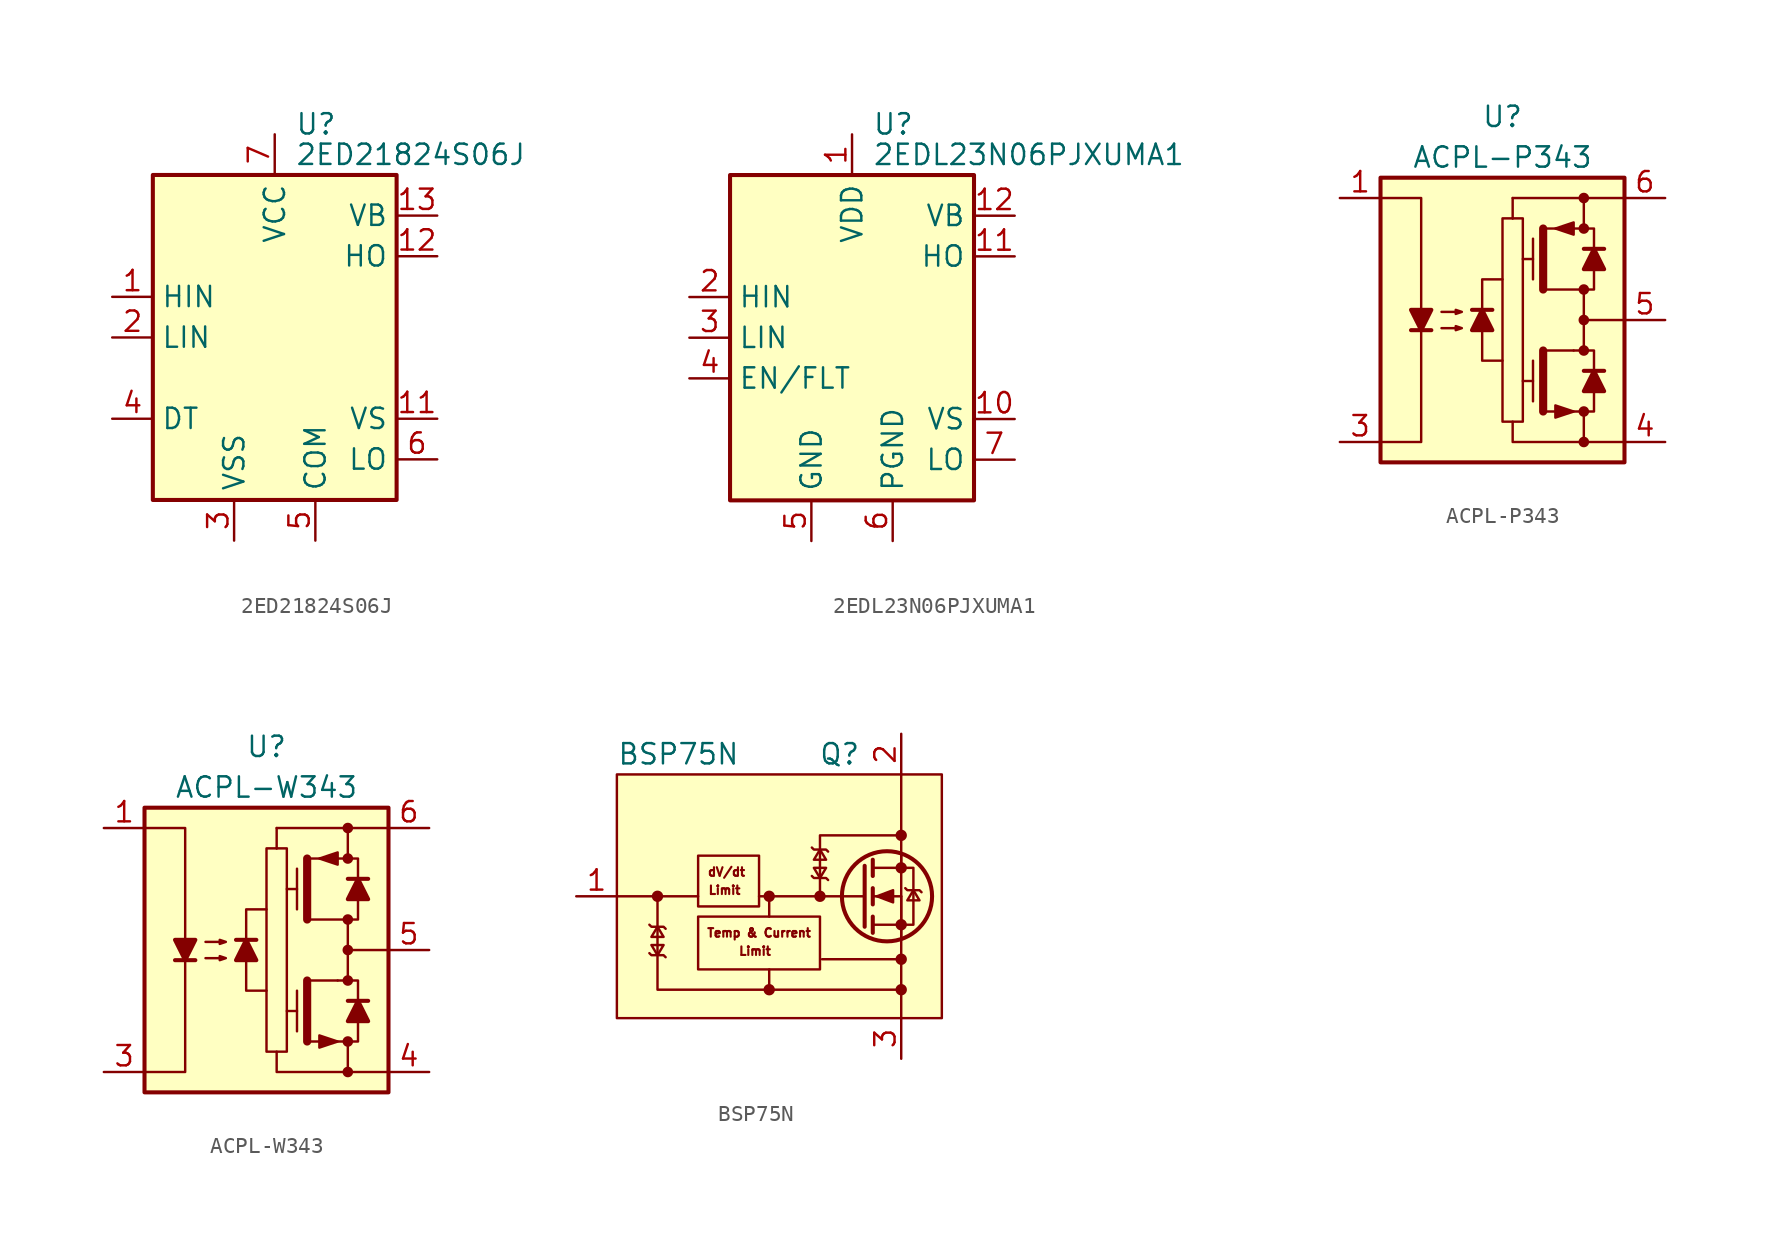
<source format=kicad_sym>
(kicad_symbol_lib
  (version 20200908)
  (generator kicad_symbol_editor)
  (symbol "Driver_FET:2ED21824S06J"
    (property "Reference" "U"
      (at 1.27 13.335 0)
      (effects (font (size 1.27 1.27)) (justify left)))
    (property "Value" "2ED21824S06J"
      (at 1.27 11.43 0)
      (effects (font (size 1.27 1.27)) (justify left)))
    (symbol "2ED21824S06J_0_1"
      (rectangle (start -7.62 -10.16) (end 7.62 10.16) (stroke (width 0.254)) (fill (type background))))
    (symbol "2ED21824S06J_1_1"
      (pin input line (at -10.16 2.54 0) (length 2.54) (name "HIN" (effects (font (size 1.27 1.27)))) (number "1" (effects (font (size 1.27 1.27)))))
      (pin unconnected line (at 7.62 -2.54 180) (length 2.54) hide (name "NC" (effects (font (size 1.27 1.27)))) (number "10" (effects (font (size 1.27 1.27)))))
      (pin passive line (at 10.16 -5.08 180) (length 2.54) (name "VS" (effects (font (size 1.27 1.27)))) (number "11" (effects (font (size 1.27 1.27)))))
      (pin output line (at 10.16 5.08 180) (length 2.54) (name "HO" (effects (font (size 1.27 1.27)))) (number "12" (effects (font (size 1.27 1.27)))))
      (pin passive line (at 10.16 7.62 180) (length 2.54) (name "VB" (effects (font (size 1.27 1.27)))) (number "13" (effects (font (size 1.27 1.27)))))
      (pin unconnected line (at 7.62 2.54 180) (length 2.54) hide (name "NC" (effects (font (size 1.27 1.27)))) (number "14" (effects (font (size 1.27 1.27)))))
      (pin input line (at -10.16 0 0) (length 2.54) (name "LIN" (effects (font (size 1.27 1.27)))) (number "2" (effects (font (size 1.27 1.27)))))
      (pin power_in line (at -2.54 -12.7 90) (length 2.54) (name "VSS" (effects (font (size 1.27 1.27)))) (number "3" (effects (font (size 1.27 1.27)))))
      (pin passive line (at -10.16 -5.08 0) (length 2.54) (name "DT" (effects (font (size 1.27 1.27)))) (number "4" (effects (font (size 1.27 1.27)))))
      (pin power_in line (at 2.54 -12.7 90) (length 2.54) (name "COM" (effects (font (size 1.27 1.27)))) (number "5" (effects (font (size 1.27 1.27)))))
      (pin output line (at 10.16 -7.62 180) (length 2.54) (name "LO" (effects (font (size 1.27 1.27)))) (number "6" (effects (font (size 1.27 1.27)))))
      (pin power_in line (at 0 12.7 270) (length 2.54) (name "VCC" (effects (font (size 1.27 1.27)))) (number "7" (effects (font (size 1.27 1.27)))))
      (pin unconnected line (at -7.62 5.08 0) (length 2.54) hide (name "NC" (effects (font (size 1.27 1.27)))) (number "8" (effects (font (size 1.27 1.27)))))
      (pin unconnected line (at -7.62 -2.54 0) (length 2.54) hide (name "NC" (effects (font (size 1.27 1.27)))) (number "9" (effects (font (size 1.27 1.27)))))))
  (symbol "Driver_FET:2EDL23N06PJXUMA1"
    (property "Reference" "U"
      (at 1.27 13.335 0)
      (effects (font (size 1.27 1.27)) (justify left)))
    (property "Value" "2EDL23N06PJXUMA1"
      (at 1.27 11.43 0)
      (effects (font (size 1.27 1.27)) (justify left)))
    (symbol "2EDL23N06PJXUMA1_0_1"
      (rectangle (start -7.62 -10.16) (end 7.62 10.16) (stroke (width 0.254)) (fill (type background))))
    (symbol "2EDL23N06PJXUMA1_1_1"
      (pin power_in line (at 0 12.7 270) (length 2.54) (name "VDD" (effects (font (size 1.27 1.27)))) (number "1" (effects (font (size 1.27 1.27)))))
      (pin passive line (at 10.16 -5.08 180) (length 2.54) (name "VS" (effects (font (size 1.27 1.27)))) (number "10" (effects (font (size 1.27 1.27)))))
      (pin output line (at 10.16 5.08 180) (length 2.54) (name "HO" (effects (font (size 1.27 1.27)))) (number "11" (effects (font (size 1.27 1.27)))))
      (pin passive line (at 10.16 7.62 180) (length 2.54) (name "VB" (effects (font (size 1.27 1.27)))) (number "12" (effects (font (size 1.27 1.27)))))
      (pin unconnected line (at 7.62 0 180) (length 2.54) hide (name "NC" (effects (font (size 1.27 1.27)))) (number "13" (effects (font (size 1.27 1.27)))))
      (pin unconnected line (at 7.62 2.54 180) (length 2.54) hide (name "NC" (effects (font (size 1.27 1.27)))) (number "14" (effects (font (size 1.27 1.27)))))
      (pin input line (at -10.16 2.54 0) (length 2.54) (name "HIN" (effects (font (size 1.27 1.27)))) (number "2" (effects (font (size 1.27 1.27)))))
      (pin input line (at -10.16 0 0) (length 2.54) (name "LIN" (effects (font (size 1.27 1.27)))) (number "3" (effects (font (size 1.27 1.27)))))
      (pin open_collector line (at -10.16 -2.54 0) (length 2.54) (name "EN/FLT" (effects (font (size 1.27 1.27)))) (number "4" (effects (font (size 1.27 1.27)))))
      (pin power_in line (at -2.54 -12.7 90) (length 2.54) (name "GND" (effects (font (size 1.27 1.27)))) (number "5" (effects (font (size 1.27 1.27)))))
      (pin power_in line (at 2.54 -12.7 90) (length 2.54) (name "PGND" (effects (font (size 1.27 1.27)))) (number "6" (effects (font (size 1.27 1.27)))))
      (pin output line (at 10.16 -7.62 180) (length 2.54) (name "LO" (effects (font (size 1.27 1.27)))) (number "7" (effects (font (size 1.27 1.27)))))
      (pin unconnected line (at -7.62 5.08 0) (length 2.54) hide (name "NC" (effects (font (size 1.27 1.27)))) (number "8" (effects (font (size 1.27 1.27)))))
      (pin unconnected line (at -7.62 -5.08 0) (length 2.54) hide (name "NC" (effects (font (size 1.27 1.27)))) (number "9" (effects (font (size 1.27 1.27)))))))
  (symbol "Driver_FET:ACPL-P343"
    (pin_names hide)
    (property "Reference" "U"
      (at 0 12.7 0)
      (effects (font (size 1.27 1.27))))
    (property "Value" "ACPL-P343"
      (at 0 10.16 0)
      (effects (font (size 1.27 1.27))))
    (symbol "ACPL-P343_0_1"
      (circle (center 5.08 -7.62) (radius 0.254) (stroke (width 0)) (fill (type outline)))
      (circle (center 5.08 -5.715) (radius 0.254) (stroke (width 0)) (fill (type outline)))
      (circle (center 5.08 -1.905) (radius 0.254) (stroke (width 0)) (fill (type outline)))
      (circle (center 5.08 0) (radius 0.254) (stroke (width 0)) (fill (type outline)))
      (circle (center 5.08 1.905) (radius 0.254) (stroke (width 0)) (fill (type outline)))
      (circle (center 5.08 5.715) (radius 0.254) (stroke (width 0)) (fill (type outline)))
      (circle (center 5.08 7.62) (radius 0.254) (stroke (width 0)) (fill (type outline)))
      (rectangle (start -7.62 8.89) (end 7.62 -8.89) (stroke (width 0.254)) (fill (type background)))
      (rectangle (start 0.635 6.35) (end 0.635 6.35) (stroke (width 0)) (fill (type none)))
      (rectangle (start 0.635 6.35) (end 0.635 7.62) (stroke (width 0)) (fill (type none)))
      (polyline (pts (xy -5.715 -0.635) (xy -4.445 -0.635)) (stroke (width 0.254)) (fill (type none)))
      (polyline (pts (xy -0.635 0.635) (xy -1.905 0.635)) (stroke (width 0.254)) (fill (type none)))
      (polyline (pts (xy 1.27 -3.81) (xy 1.905 -3.81)) (stroke (width 0)) (fill (type none)))
      (polyline (pts (xy 1.27 3.81) (xy 1.905 3.81)) (stroke (width 0)) (fill (type none)))
      (polyline (pts (xy 1.905 -5.08) (xy 1.905 -2.54)) (stroke (width 0)) (fill (type none)))
      (polyline (pts (xy 1.905 2.54) (xy 1.905 5.08)) (stroke (width 0)) (fill (type none)))
      (polyline (pts (xy 2.54 -5.715) (xy 2.54 -1.905)) (stroke (width 0.508)) (fill (type none)))
      (polyline (pts (xy 2.54 1.905) (xy 2.54 5.715)) (stroke (width 0.508)) (fill (type none)))
      (polyline (pts (xy 4.445 -1.905) (xy 2.54 -1.905)) (stroke (width 0)) (fill (type none)))
      (polyline (pts (xy 4.445 5.715) (xy 2.54 5.715)) (stroke (width 0)) (fill (type none)))
      (polyline (pts (xy 5.08 -5.715) (xy 5.08 -7.62)) (stroke (width 0)) (fill (type none)))
      (polyline (pts (xy 5.08 0) (xy 7.62 0)) (stroke (width 0)) (fill (type none)))
      (polyline (pts (xy 5.08 1.905) (xy 5.08 -1.905)) (stroke (width 0)) (fill (type none)))
      (polyline (pts (xy 5.08 7.62) (xy 5.08 5.715)) (stroke (width 0)) (fill (type none)))
      (polyline (pts (xy 6.35 -3.175) (xy 5.08 -3.175)) (stroke (width 0.254)) (fill (type none)))
      (polyline (pts (xy 6.35 4.445) (xy 5.08 4.445)) (stroke (width 0.254)) (fill (type none)))
      (polyline (pts (xy 7.62 7.62) (xy 0.635 7.62)) (stroke (width 0)) (fill (type none)))
      (polyline (pts (xy -1.27 -0.635) (xy -1.27 -2.54) (xy 0 -2.54)) (stroke (width 0)) (fill (type none)))
      (polyline (pts (xy -1.27 0.635) (xy -1.27 2.54) (xy 0 2.54)) (stroke (width 0)) (fill (type none)))
      (polyline (pts (xy 0.635 -6.35) (xy 0.635 -7.62) (xy 7.62 -7.62)) (stroke (width 0)) (fill (type none)))
      (polyline (pts (xy 4.445 -1.905) (xy 5.715 -1.905) (xy 5.715 -3.175)) (stroke (width 0)) (fill (type none)))
      (polyline (pts (xy 4.445 5.715) (xy 5.715 5.715) (xy 5.715 4.445)) (stroke (width 0)) (fill (type none)))
      (polyline (pts (xy 5.715 -4.445) (xy 5.715 -5.715) (xy 2.54 -5.715)) (stroke (width 0)) (fill (type none)))
      (polyline (pts (xy 5.715 3.175) (xy 5.715 1.905) (xy 2.54 1.905)) (stroke (width 0)) (fill (type none)))
      (polyline (pts (xy -7.62 7.62) (xy -5.08 7.62) (xy -5.08 -7.62) (xy -7.62 -7.62)) (stroke (width 0)) (fill (type none)))
      (polyline (pts (xy -5.08 -0.635) (xy -5.715 0.635) (xy -4.445 0.635) (xy -5.08 -0.635)) (stroke (width 0.254)) (fill (type outline)))
      (polyline (pts (xy -1.27 0.635) (xy -0.635 -0.635) (xy -1.905 -0.635) (xy -1.27 0.635)) (stroke (width 0.254)) (fill (type outline)))
      (polyline (pts (xy 3.302 5.715) (xy 4.445 6.096) (xy 4.445 5.334) (xy 3.302 5.715)) (stroke (width 0)) (fill (type outline)))
      (polyline (pts (xy 4.445 -5.715) (xy 3.302 -5.334) (xy 3.302 -6.096) (xy 4.445 -5.715)) (stroke (width 0)) (fill (type outline)))
      (polyline (pts (xy 5.715 -3.175) (xy 6.35 -4.445) (xy 5.08 -4.445) (xy 5.715 -3.175)) (stroke (width 0.254)) (fill (type outline)))
      (polyline (pts (xy 5.715 4.445) (xy 6.35 3.175) (xy 5.08 3.175) (xy 5.715 4.445)) (stroke (width 0.254)) (fill (type outline)))
      (polyline (pts (xy -3.81 -0.508) (xy -2.54 -0.508) (xy -2.921 -0.635) (xy -2.921 -0.381) (xy -2.54 -0.508)) (stroke (width 0)) (fill (type none)))
      (polyline (pts (xy -3.81 0.508) (xy -2.54 0.508) (xy -2.921 0.381) (xy -2.921 0.635) (xy -2.54 0.508)) (stroke (width 0)) (fill (type none)))
      (polyline (pts (xy 1.27 6.35) (xy 1.27 -6.35) (xy 0 -6.35) (xy 0 6.35) (xy 1.27 6.35)) (stroke (width 0)) (fill (type none))))
    (symbol "ACPL-P343_1_1"
      (pin passive line (at -10.16 7.62 0) (length 2.54) (name "A" (effects (font (size 1.27 1.27)))) (number "1" (effects (font (size 1.27 1.27)))))
      (pin unconnected line (at -7.62 0 0) (length 2.54) hide (name "NC" (effects (font (size 1.27 1.27)))) (number "2" (effects (font (size 1.27 1.27)))))
      (pin passive line (at -10.16 -7.62 0) (length 2.54) (name "C" (effects (font (size 1.27 1.27)))) (number "3" (effects (font (size 1.27 1.27)))))
      (pin power_in line (at 10.16 -7.62 180) (length 2.54) (name "VEE" (effects (font (size 1.27 1.27)))) (number "4" (effects (font (size 1.27 1.27)))))
      (pin output line (at 10.16 0 180) (length 2.54) (name "VO" (effects (font (size 1.27 1.27)))) (number "5" (effects (font (size 1.27 1.27)))))
      (pin power_in line (at 10.16 7.62 180) (length 2.54) (name "VCC" (effects (font (size 1.27 1.27)))) (number "6" (effects (font (size 1.27 1.27)))))))
  (symbol "Driver_FET:ACPL-W343"
    (pin_names hide)
    (property "Reference" "U"
      (at 0 12.7 0)
      (effects (font (size 1.27 1.27))))
    (property "Value" "ACPL-W343"
      (at 0 10.16 0)
      (effects (font (size 1.27 1.27))))
    (symbol "ACPL-W343_0_1"
      (circle (center 5.08 -7.62) (radius 0.254) (stroke (width 0)) (fill (type outline)))
      (circle (center 5.08 -5.715) (radius 0.254) (stroke (width 0)) (fill (type outline)))
      (circle (center 5.08 -1.905) (radius 0.254) (stroke (width 0)) (fill (type outline)))
      (circle (center 5.08 0) (radius 0.254) (stroke (width 0)) (fill (type outline)))
      (circle (center 5.08 1.905) (radius 0.254) (stroke (width 0)) (fill (type outline)))
      (circle (center 5.08 5.715) (radius 0.254) (stroke (width 0)) (fill (type outline)))
      (circle (center 5.08 7.62) (radius 0.254) (stroke (width 0)) (fill (type outline)))
      (rectangle (start -7.62 8.89) (end 7.62 -8.89) (stroke (width 0.254)) (fill (type background)))
      (rectangle (start 0.635 6.35) (end 0.635 6.35) (stroke (width 0)) (fill (type none)))
      (rectangle (start 0.635 6.35) (end 0.635 7.62) (stroke (width 0)) (fill (type none)))
      (polyline (pts (xy -5.715 -0.635) (xy -4.445 -0.635)) (stroke (width 0.254)) (fill (type none)))
      (polyline (pts (xy -0.635 0.635) (xy -1.905 0.635)) (stroke (width 0.254)) (fill (type none)))
      (polyline (pts (xy 1.27 -3.81) (xy 1.905 -3.81)) (stroke (width 0)) (fill (type none)))
      (polyline (pts (xy 1.27 3.81) (xy 1.905 3.81)) (stroke (width 0)) (fill (type none)))
      (polyline (pts (xy 1.905 -5.08) (xy 1.905 -2.54)) (stroke (width 0)) (fill (type none)))
      (polyline (pts (xy 1.905 2.54) (xy 1.905 5.08)) (stroke (width 0)) (fill (type none)))
      (polyline (pts (xy 2.54 -5.715) (xy 2.54 -1.905)) (stroke (width 0.508)) (fill (type none)))
      (polyline (pts (xy 2.54 1.905) (xy 2.54 5.715)) (stroke (width 0.508)) (fill (type none)))
      (polyline (pts (xy 4.445 -1.905) (xy 2.54 -1.905)) (stroke (width 0)) (fill (type none)))
      (polyline (pts (xy 4.445 5.715) (xy 2.54 5.715)) (stroke (width 0)) (fill (type none)))
      (polyline (pts (xy 5.08 -5.715) (xy 5.08 -7.62)) (stroke (width 0)) (fill (type none)))
      (polyline (pts (xy 5.08 0) (xy 7.62 0)) (stroke (width 0)) (fill (type none)))
      (polyline (pts (xy 5.08 1.905) (xy 5.08 -1.905)) (stroke (width 0)) (fill (type none)))
      (polyline (pts (xy 5.08 7.62) (xy 5.08 5.715)) (stroke (width 0)) (fill (type none)))
      (polyline (pts (xy 6.35 -3.175) (xy 5.08 -3.175)) (stroke (width 0.254)) (fill (type none)))
      (polyline (pts (xy 6.35 4.445) (xy 5.08 4.445)) (stroke (width 0.254)) (fill (type none)))
      (polyline (pts (xy 7.62 7.62) (xy 0.635 7.62)) (stroke (width 0)) (fill (type none)))
      (polyline (pts (xy -1.27 -0.635) (xy -1.27 -2.54) (xy 0 -2.54)) (stroke (width 0)) (fill (type none)))
      (polyline (pts (xy -1.27 0.635) (xy -1.27 2.54) (xy 0 2.54)) (stroke (width 0)) (fill (type none)))
      (polyline (pts (xy 0.635 -6.35) (xy 0.635 -7.62) (xy 7.62 -7.62)) (stroke (width 0)) (fill (type none)))
      (polyline (pts (xy 4.445 -1.905) (xy 5.715 -1.905) (xy 5.715 -3.175)) (stroke (width 0)) (fill (type none)))
      (polyline (pts (xy 4.445 5.715) (xy 5.715 5.715) (xy 5.715 4.445)) (stroke (width 0)) (fill (type none)))
      (polyline (pts (xy 5.715 -4.445) (xy 5.715 -5.715) (xy 2.54 -5.715)) (stroke (width 0)) (fill (type none)))
      (polyline (pts (xy 5.715 3.175) (xy 5.715 1.905) (xy 2.54 1.905)) (stroke (width 0)) (fill (type none)))
      (polyline (pts (xy -7.62 7.62) (xy -5.08 7.62) (xy -5.08 -7.62) (xy -7.62 -7.62)) (stroke (width 0)) (fill (type none)))
      (polyline (pts (xy -5.08 -0.635) (xy -5.715 0.635) (xy -4.445 0.635) (xy -5.08 -0.635)) (stroke (width 0.254)) (fill (type outline)))
      (polyline (pts (xy -1.27 0.635) (xy -0.635 -0.635) (xy -1.905 -0.635) (xy -1.27 0.635)) (stroke (width 0.254)) (fill (type outline)))
      (polyline (pts (xy 3.302 5.715) (xy 4.445 6.096) (xy 4.445 5.334) (xy 3.302 5.715)) (stroke (width 0)) (fill (type outline)))
      (polyline (pts (xy 4.445 -5.715) (xy 3.302 -5.334) (xy 3.302 -6.096) (xy 4.445 -5.715)) (stroke (width 0)) (fill (type outline)))
      (polyline (pts (xy 5.715 -3.175) (xy 6.35 -4.445) (xy 5.08 -4.445) (xy 5.715 -3.175)) (stroke (width 0.254)) (fill (type outline)))
      (polyline (pts (xy 5.715 4.445) (xy 6.35 3.175) (xy 5.08 3.175) (xy 5.715 4.445)) (stroke (width 0.254)) (fill (type outline)))
      (polyline (pts (xy -3.81 -0.508) (xy -2.54 -0.508) (xy -2.921 -0.635) (xy -2.921 -0.381) (xy -2.54 -0.508)) (stroke (width 0)) (fill (type none)))
      (polyline (pts (xy -3.81 0.508) (xy -2.54 0.508) (xy -2.921 0.381) (xy -2.921 0.635) (xy -2.54 0.508)) (stroke (width 0)) (fill (type none)))
      (polyline (pts (xy 1.27 6.35) (xy 1.27 -6.35) (xy 0 -6.35) (xy 0 6.35) (xy 1.27 6.35)) (stroke (width 0)) (fill (type none))))
    (symbol "ACPL-W343_1_1"
      (pin passive line (at -10.16 7.62 0) (length 2.54) (name "A" (effects (font (size 1.27 1.27)))) (number "1" (effects (font (size 1.27 1.27)))))
      (pin unconnected line (at -7.62 0 0) (length 2.54) hide (name "NC" (effects (font (size 1.27 1.27)))) (number "2" (effects (font (size 1.27 1.27)))))
      (pin passive line (at -10.16 -7.62 0) (length 2.54) (name "C" (effects (font (size 1.27 1.27)))) (number "3" (effects (font (size 1.27 1.27)))))
      (pin power_in line (at 10.16 -7.62 180) (length 2.54) (name "VEE" (effects (font (size 1.27 1.27)))) (number "4" (effects (font (size 1.27 1.27)))))
      (pin output line (at 10.16 0 180) (length 2.54) (name "VO" (effects (font (size 1.27 1.27)))) (number "5" (effects (font (size 1.27 1.27)))))
      (pin power_in line (at 10.16 7.62 180) (length 2.54) (name "VCC" (effects (font (size 1.27 1.27)))) (number "6" (effects (font (size 1.27 1.27)))))))
  (symbol "Driver_FET:BSP75N"
    (pin_names
      (offset 0) hide)
    (property "Reference" "Q"
      (at 5.08 8.89 0)
      (effects (font (size 1.27 1.27)) (justify right)))
    (property "Value" "BSP75N"
      (at -10.16 8.89 0)
      (effects (font (size 1.27 1.27)) (justify left)))
    (symbol "BSP75N_1_1"
      (circle (center -7.62 0) (radius 0.279) (stroke (width 0)) (fill (type outline)))
      (circle (center -0.635 -5.842) (radius 0.279) (stroke (width 0)) (fill (type outline)))
      (circle (center -0.635 0) (radius 0.279) (stroke (width 0)) (fill (type outline)))
      (circle (center 2.54 0) (radius 0.279) (stroke (width 0)) (fill (type outline)))
      (circle (center 6.731 0) (radius 2.819) (stroke (width 0.254)) (fill (type none)))
      (circle (center 7.62 -5.842) (radius 0.279) (stroke (width 0)) (fill (type outline)))
      (circle (center 7.62 -3.937) (radius 0.279) (stroke (width 0)) (fill (type outline)))
      (circle (center 7.62 -1.778) (radius 0.279) (stroke (width 0)) (fill (type outline)))
      (circle (center 7.62 1.778) (radius 0.279) (stroke (width 0)) (fill (type outline)))
      (circle (center 7.62 3.81) (radius 0.279) (stroke (width 0)) (fill (type outline)))
      (text "dV/dt" (at -3.302 1.524 0) (effects (font (size 0.533 0.533))))
      (text "Limit" (at -3.429 0.381 0) (effects (font (size 0.533 0.533))))
      (rectangle (start -5.08 2.54) (end -1.27 -0.635) (stroke (width 0)) (fill (type none)))
      (polyline (pts (xy 2.54 0) (xy -1.27 0)) (stroke (width 0)) (fill (type none)))
      (polyline (pts (xy 2.54 0) (xy 5.334 0)) (stroke (width 0)) (fill (type none)))
      (polyline (pts (xy 5.842 -1.778) (xy 7.62 -1.778)) (stroke (width 0)) (fill (type none)))
      (polyline (pts (xy 5.842 -1.27) (xy 5.842 -2.286)) (stroke (width 0.254)) (fill (type none)))
      (polyline (pts (xy 5.842 0) (xy 7.62 0)) (stroke (width 0)) (fill (type none)))
      (polyline (pts (xy 5.842 0.508) (xy 5.842 -0.508)) (stroke (width 0.254)) (fill (type none)))
      (polyline (pts (xy 5.842 1.778) (xy 7.62 1.778)) (stroke (width 0)) (fill (type none)))
      (polyline (pts (xy 5.842 2.286) (xy 5.842 1.27)) (stroke (width 0.254)) (fill (type none)))
      (polyline (pts (xy 7.62 -1.778) (xy 7.62 -2.54)) (stroke (width 0)) (fill (type none)))
      (polyline (pts (xy 7.62 -1.778) (xy 7.62 0)) (stroke (width 0)) (fill (type none)))
      (polyline (pts (xy 7.62 2.54) (xy 7.62 1.778)) (stroke (width 0)) (fill (type none)))
      (polyline (pts (xy 5.334 1.905) (xy 5.334 -1.905) (xy 5.334 -1.905)) (stroke (width 0.254)) (fill (type none)))
      (polyline (pts (xy -8.128 -1.778) (xy -8.001 -1.905) (xy -7.239 -1.905) (xy -7.112 -2.032)) (stroke (width 0)) (fill (type none)))
      (polyline (pts (xy -7.62 -3.683) (xy -7.239 -3.048) (xy -8.001 -3.048) (xy -7.62 -3.683)) (stroke (width 0)) (fill (type none)))
      (polyline (pts (xy -7.62 -1.905) (xy -8.001 -2.54) (xy -7.239 -2.54) (xy -7.62 -1.905)) (stroke (width 0)) (fill (type none)))
      (polyline (pts (xy -7.112 -3.81) (xy -7.239 -3.683) (xy -8.001 -3.683) (xy -8.128 -3.556)) (stroke (width 0)) (fill (type none)))
      (polyline (pts (xy 2.032 3.048) (xy 2.159 2.921) (xy 2.921 2.921) (xy 3.048 2.794)) (stroke (width 0)) (fill (type none)))
      (polyline (pts (xy 2.54 1.143) (xy 2.921 1.778) (xy 2.159 1.778) (xy 2.54 1.143)) (stroke (width 0)) (fill (type none)))
      (polyline (pts (xy 2.54 2.921) (xy 2.159 2.286) (xy 2.921 2.286) (xy 2.54 2.921)) (stroke (width 0)) (fill (type none)))
      (polyline (pts (xy 3.048 1.016) (xy 2.921 1.143) (xy 2.159 1.143) (xy 2.032 1.27)) (stroke (width 0)) (fill (type none)))
      (polyline (pts (xy 6.096 0) (xy 7.112 0.381) (xy 7.112 -0.381) (xy 6.096 0)) (stroke (width 0)) (fill (type outline)))
      (polyline (pts (xy 7.62 -1.778) (xy 8.382 -1.778) (xy 8.382 1.778) (xy 7.62 1.778)) (stroke (width 0)) (fill (type none)))
      (polyline (pts (xy 7.874 0.508) (xy 8.001 0.381) (xy 8.763 0.381) (xy 8.89 0.254)) (stroke (width 0)) (fill (type none)))
      (polyline (pts (xy 8.382 0.381) (xy 8.001 -0.254) (xy 8.763 -0.254) (xy 8.382 0.381)) (stroke (width 0)) (fill (type none)))
      (pin input line (at -12.7 0 0) (length 2.54) (name "G" (effects (font (size 1.27 1.27)))) (number "1" (effects (font (size 1.27 1.27)))))
      (pin passive line (at 7.62 10.16 270) (length 2.54) (name "D" (effects (font (size 1.27 1.27)))) (number "2" (effects (font (size 1.27 1.27)))))
      (pin passive line (at 7.62 -10.16 90) (length 2.54) (name "S" (effects (font (size 1.27 1.27)))) (number "3" (effects (font (size 1.27 1.27)))))
      (pin passive line (at 7.62 -10.16 90) (length 2.54) hide (name "S" (effects (font (size 1.27 1.27)))) (number "4" (effects (font (size 1.27 1.27))))))
    (symbol "BSP75N_0_0"
      (text "Limit" (at -1.524 -3.429 0) (effects (font (size 0.533 0.533))))
      (text "Temp & Current" (at -1.27 -2.286 0) (effects (font (size 0.533 0.533))))
      (rectangle (start -10.16 7.62) (end 10.16 -7.62) (stroke (width 0)) (fill (type background)))
      (polyline (pts (xy 7.62 2.54) (xy 7.62 -7.62)) (stroke (width 0)) (fill (type none)))
      (polyline (pts (xy 7.62 2.54) (xy 7.62 7.62)) (stroke (width 0)) (fill (type none)))
      (polyline (pts (xy -0.635 -1.27) (xy -0.635 -0.635) (xy -0.635 0)) (stroke (width 0)) (fill (type none)))
      (polyline (pts (xy 2.54 0) (xy 2.54 3.81) (xy 7.62 3.81)) (stroke (width 0)) (fill (type none)))
      (polyline (pts (xy 7.62 -5.842) (xy -0.635 -5.842) (xy -0.635 -4.572)) (stroke (width 0)) (fill (type none)))
      (polyline (pts (xy -0.635 -5.842) (xy -7.62 -5.842) (xy -7.62 0) (xy -5.08 0)) (stroke (width 0)) (fill (type none))))
    (symbol "BSP75N_0_1"
      (rectangle (start -5.08 -1.27) (end 2.54 -4.572) (stroke (width 0)) (fill (type none)))
      (polyline (pts (xy -7.62 0) (xy -10.16 0)) (stroke (width 0)) (fill (type none)))
      (polyline (pts (xy 7.62 -3.937) (xy 2.667 -3.937)) (stroke (width 0)) (fill (type none))))))
</source>
